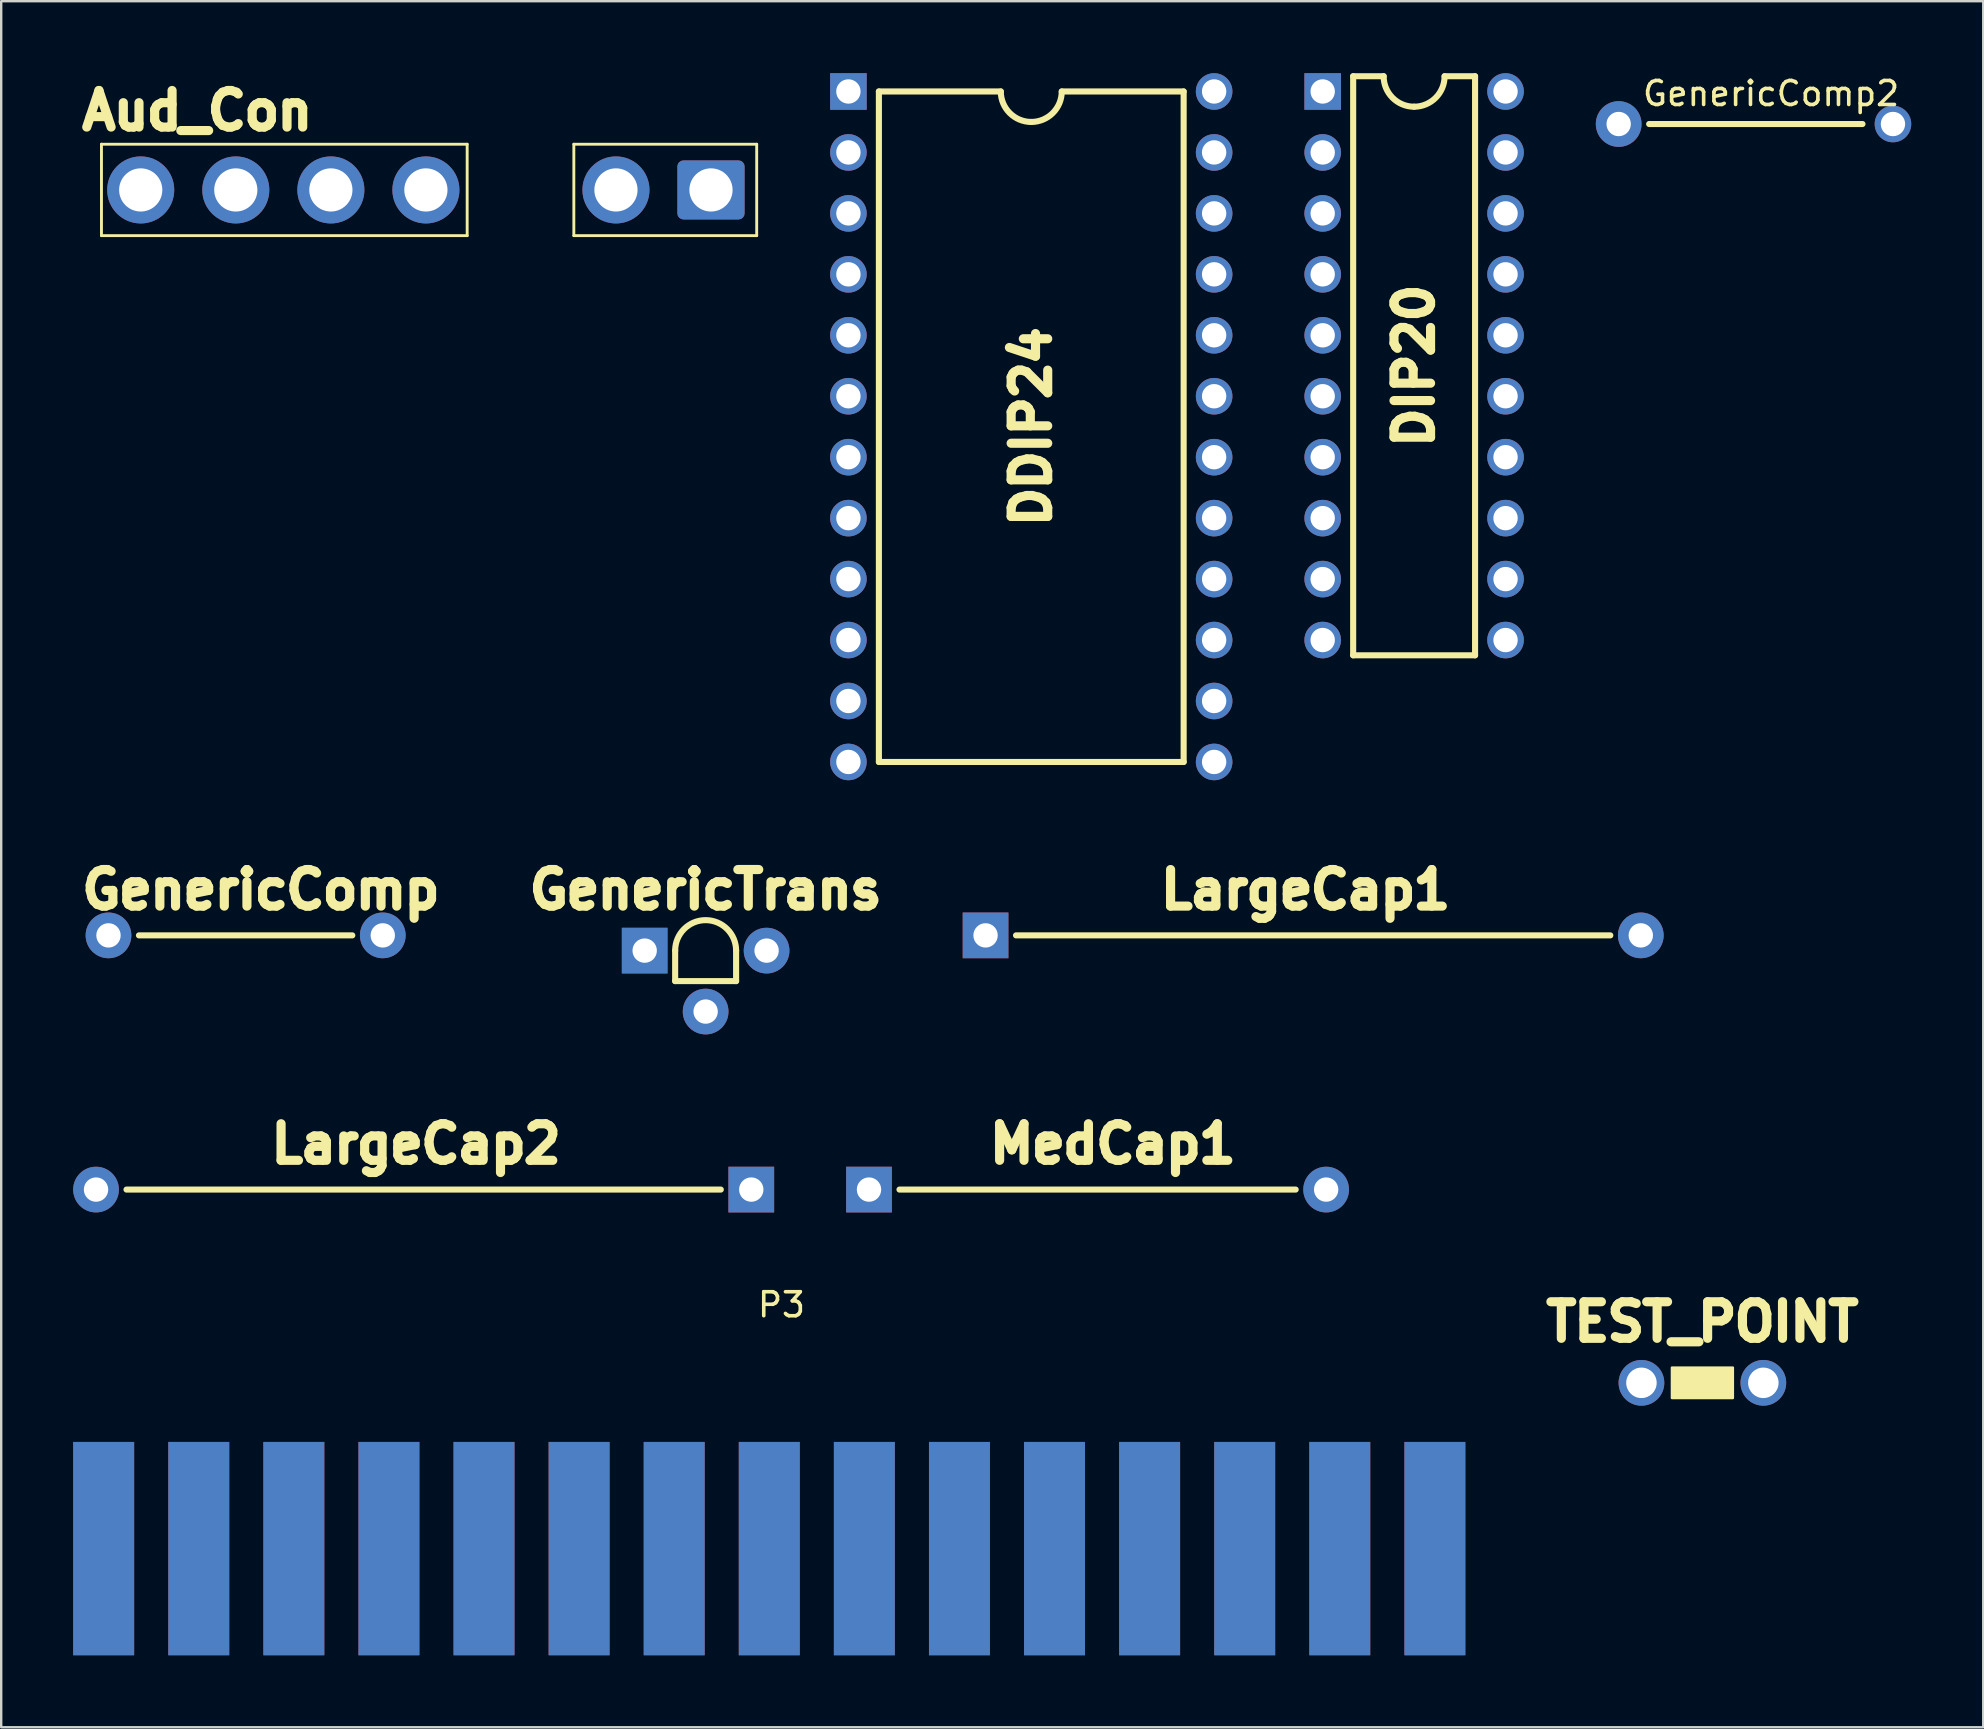
<source format=kicad_pcb>
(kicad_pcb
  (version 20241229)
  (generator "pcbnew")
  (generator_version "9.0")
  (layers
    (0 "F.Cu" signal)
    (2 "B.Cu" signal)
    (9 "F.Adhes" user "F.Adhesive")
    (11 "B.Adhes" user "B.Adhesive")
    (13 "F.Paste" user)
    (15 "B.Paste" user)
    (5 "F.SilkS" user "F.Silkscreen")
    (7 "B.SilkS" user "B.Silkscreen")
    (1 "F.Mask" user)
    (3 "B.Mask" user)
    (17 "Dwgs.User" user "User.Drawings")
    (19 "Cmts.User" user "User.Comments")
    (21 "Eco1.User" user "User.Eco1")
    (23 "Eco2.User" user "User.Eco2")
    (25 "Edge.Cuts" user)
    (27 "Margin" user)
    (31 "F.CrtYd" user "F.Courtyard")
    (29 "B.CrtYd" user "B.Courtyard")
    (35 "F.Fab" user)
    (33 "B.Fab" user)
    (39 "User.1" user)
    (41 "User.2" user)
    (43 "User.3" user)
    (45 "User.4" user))
  (footprint "GenericComp2"
    (layer "F.Cu")
    (at 70.118 2.118)
    (property "Reference" "GenericComp2" (at 0.635 -1.27 0) (unlocked yes) (layer "F.SilkS") (effects (font (size 1 1) (thickness 0.15))))
    (attr smd)
    (fp_line (start 4.445 0) (end -4.445 0) (stroke (width 0.254) (type solid)) (layer "F.SilkS"))
    (pad "1" thru_hole circle (at -5.715 0 270) (size 1.905 1.905) (drill 1.016) (layers "*.Cu" "*.Mask"))
    (pad "2" thru_hole circle (at 5.715 0 270) (size 1.524 1.524) (drill 1.016) (layers "*.Cu" "*.Mask")))
  (footprint "MedCap1"
    (layer "F.Cu")
    (at 42.688 46.522)
    (property "Reference" "MedCap1" (at 0.635 -1.905 0) (unlocked yes) (layer "F.SilkS") (effects (font (size 1.524 1.524) (thickness 0.381))))
    (attr through_hole)
    (fp_line (start 8.255 0) (end -8.255 0) (stroke (width 0.254) (type solid)) (layer "F.SilkS"))
    (pad "1" thru_hole rect (at -9.525 0) (size 1.905 1.905) (drill 1.016) (layers "*.Cu" "*.Mask"))
    (pad "2" thru_hole circle (at 9.525 0) (size 1.905 1.905) (drill 1.016) (layers "*.Cu" "*.Mask")))
  (footprint "Aud_Con"
    (layer "F.Cu")
    (at 14.698 4.735)
    (property "Reference" "Aud_Con" (at -9.525 -3.175 0) (unlocked yes) (layer "F.SilkS") (effects (font (size 1.524 1.524) (thickness 0.381))))
    (attr through_hole)
    (fp_line (start -13.52 -1.775) (end -13.52 2.035) (stroke (width 0.12) (type solid)) (layer "F.SilkS"))
    (fp_line (start -13.52 -1.775) (end 1.72 -1.775) (stroke (width 0.12) (type solid)) (layer "F.SilkS"))
    (fp_line (start 1.72 -1.775) (end 1.72 2.035) (stroke (width 0.12) (type solid)) (layer "F.SilkS"))
    (fp_line (start 1.72 2.035) (end -13.52 2.035) (stroke (width 0.12) (type solid)) (layer "F.SilkS"))
    (fp_line (start 6.165 -1.775) (end 6.165 2.035) (stroke (width 0.12) (type solid)) (layer "F.SilkS"))
    (fp_line (start 6.165 2.035) (end 13.785 2.035) (stroke (width 0.12) (type solid)) (layer "F.SilkS"))
    (fp_line (start 13.785 -1.775) (end 6.165 -1.775) (stroke (width 0.12) (type solid)) (layer "F.SilkS"))
    (fp_line (start 13.785 2.035) (end 13.785 -1.775) (stroke (width 0.12) (type solid)) (layer "F.SilkS"))
    (pad "1" thru_hole roundrect (at 11.88 0.13 90) (size 2.46 2.8) (drill 1.8) (layers "*.Cu" "*.Mask") (roundrect_rratio 0.102))
    (pad "2" thru_hole circle (at 7.92 0.13) (size 2.794 2.794) (drill 1.8) (layers "*.Cu" "*.Mask"))
    (pad "4" thru_hole circle (at 0 0.13) (size 2.794 2.794) (drill 1.8) (layers "*.Cu" "*.Mask"))
    (pad "5" thru_hole circle (at -3.96 0.13) (size 2.794 2.794) (drill 1.8) (layers "*.Cu" "*.Mask"))
    (pad "6" thru_hole circle (at -7.922 0.13) (size 2.794 2.794) (drill 1.8) (layers "*.Cu" "*.Mask"))
    (pad "7" thru_hole circle (at -11.884 0.13) (size 2.794 2.794) (drill 1.8) (layers "*.Cu" "*.Mask")))
  (footprint "LargeCap1"
    (layer "F.Cu")
    (at 51.355 35.929)
    (property "Reference" "LargeCap1" (at 0 -1.905 0) (unlocked yes) (layer "F.SilkS") (effects (font (size 1.524 1.524) (thickness 0.381))))
    (attr through_hole)
    (fp_line (start 12.7 0) (end -12.065 0) (stroke (width 0.254) (type solid)) (layer "F.SilkS"))
    (pad "1" thru_hole rect (at -13.335 0) (size 1.905 1.905) (drill 1.016) (layers "*.Cu" "*.Mask"))
    (pad "2" thru_hole circle (at 13.97 0) (size 1.905 1.905) (drill 1.016) (layers "*.Cu" "*.Mask")))
  (footprint "GenericTrans"
    (layer "F.Cu")
    (at 26.355 36.564)
    (property "Reference" "GenericTrans" (at 0 -2.54 0) (unlocked yes) (layer "F.SilkS") (effects (font (size 1.524 1.524) (thickness 0.381))))
    (attr through_hole)
    (fp_line (start -1.27 0) (end -1.27 1.27) (stroke (width 0.254) (type solid)) (layer "F.SilkS"))
    (fp_line (start 1.27 0) (end 1.27 1.27) (stroke (width 0.254) (type solid)) (layer "F.SilkS"))
    (fp_line (start 1.27 1.27) (end -1.27 1.27) (stroke (width 0.254) (type solid)) (layer "F.SilkS"))
    (fp_arc (start -1.27 0) (mid 0 -1.27) (end 1.27 0) (stroke (width 0.254) (type solid)) (layer "F.SilkS"))
    (pad "1" thru_hole rect (at -2.54 0) (size 1.905 1.905) (drill 1.016) (layers "*.Cu" "*.Mask"))
    (pad "2" thru_hole circle (at 0 2.54) (size 1.905 1.905) (drill 1.016) (layers "*.Cu" "*.Mask"))
    (pad "3" thru_hole circle (at 2.54 0) (size 1.905 1.905) (drill 1.016) (layers "*.Cu" "*.Mask")))
  (footprint "DIP20"
    (layer "F.Cu")
    (at 55.879 12.192)
    (property "Reference" "DIP20" (at 0 0 90) (unlocked yes) (layer "F.SilkS") (effects (font (size 1.524 1.524) (thickness 0.381))))
    (attr through_hole)
    (fp_line (start -2.54 -12.065) (end -2.54 12.065) (stroke (width 0.254) (type solid)) (layer "F.SilkS"))
    (fp_line (start -2.54 12.065) (end 2.54 12.065) (stroke (width 0.254) (type solid)) (layer "F.SilkS"))
    (fp_line (start -1.27 -12.065) (end -2.54 -12.065) (stroke (width 0.254) (type solid)) (layer "F.SilkS"))
    (fp_line (start 2.54 -12.065) (end 1.27 -12.065) (stroke (width 0.254) (type solid)) (layer "F.SilkS"))
    (fp_line (start 2.54 12.065) (end 2.54 -12.065) (stroke (width 0.254) (type solid)) (layer "F.SilkS"))
    (fp_arc (start 0 -10.795) (mid -0.898026 -11.166974) (end -1.27 -12.065) (stroke (width 0.254) (type solid)) (layer "F.SilkS"))
    (fp_arc (start 1.27 -12.065) (mid 0.898026 -11.166974) (end 0 -10.795) (stroke (width 0.254) (type solid)) (layer "F.SilkS"))
    (pad "1" thru_hole rect (at -3.81 -11.43) (size 1.524 1.524) (drill 1.016) (layers "*.Cu" "*.Mask"))
    (pad "2" thru_hole circle (at -3.81 -8.89) (size 1.524 1.524) (drill 1.016) (layers "*.Cu" "*.Mask"))
    (pad "3" thru_hole circle (at -3.81 -6.35) (size 1.524 1.524) (drill 1.016) (layers "*.Cu" "*.Mask"))
    (pad "4" thru_hole circle (at -3.81 -3.81) (size 1.524 1.524) (drill 1.016) (layers "*.Cu" "*.Mask"))
    (pad "5" thru_hole circle (at -3.81 -1.27) (size 1.524 1.524) (drill 1.016) (layers "*.Cu" "*.Mask"))
    (pad "6" thru_hole circle (at -3.81 1.27) (size 1.524 1.524) (drill 1.016) (layers "*.Cu" "*.Mask"))
    (pad "7" thru_hole circle (at -3.81 3.81) (size 1.524 1.524) (drill 1.016) (layers "*.Cu" "*.Mask"))
    (pad "8" thru_hole circle (at -3.81 6.35) (size 1.524 1.524) (drill 1.016) (layers "*.Cu" "*.Mask"))
    (pad "9" thru_hole circle (at -3.81 8.89) (size 1.524 1.524) (drill 1.016) (layers "*.Cu" "*.Mask"))
    (pad "10" thru_hole circle (at -3.81 11.43) (size 1.524 1.524) (drill 1.016) (layers "*.Cu" "*.Mask"))
    (pad "11" thru_hole circle (at 3.81 11.43) (size 1.524 1.524) (drill 1.016) (layers "*.Cu" "*.Mask"))
    (pad "12" thru_hole circle (at 3.81 8.89) (size 1.524 1.524) (drill 1.016) (layers "*.Cu" "*.Mask"))
    (pad "13" thru_hole circle (at 3.81 6.35) (size 1.524 1.524) (drill 1.016) (layers "*.Cu" "*.Mask"))
    (pad "14" thru_hole circle (at 3.81 3.81) (size 1.524 1.524) (drill 1.016) (layers "*.Cu" "*.Mask"))
    (pad "15" thru_hole circle (at 3.81 1.27) (size 1.524 1.524) (drill 1.016) (layers "*.Cu" "*.Mask"))
    (pad "16" thru_hole circle (at 3.81 -1.27) (size 1.524 1.524) (drill 1.016) (layers "*.Cu" "*.Mask"))
    (pad "17" thru_hole circle (at 3.81 -3.81) (size 1.524 1.524) (drill 1.016) (layers "*.Cu" "*.Mask"))
    (pad "18" thru_hole circle (at 3.81 -6.35) (size 1.524 1.524) (drill 1.016) (layers "*.Cu" "*.Mask"))
    (pad "19" thru_hole circle (at 3.81 -8.89) (size 1.524 1.524) (drill 1.016) (layers "*.Cu" "*.Mask"))
    (pad "20" thru_hole circle (at 3.81 -11.43) (size 1.524 1.524) (drill 1.016) (layers "*.Cu" "*.Mask")))
  (footprint "P3"
    (layer "F.Cu")
    (at 28.88 61.483)
    (property "Reference" "P3" (at 0.635 -10.16 0) (layer "F.SilkS") (effects (font (size 1 1) (thickness 0.15))))
    (attr through_hole)
    (pad "1" smd rect (at -27.61 0) (size 2.54 8.89) (layers "F.Cu" "F.Mask" "F.Paste"))
    (pad "2" smd rect (at -23.647 0) (size 2.54 8.89) (layers "F.Cu" "F.Mask" "F.Paste"))
    (pad "3" smd rect (at -19.685 0) (size 2.54 8.89) (layers "F.Cu" "F.Mask" "F.Paste"))
    (pad "4" smd rect (at -15.723 0) (size 2.54 8.89) (layers "F.Cu" "F.Mask" "F.Paste"))
    (pad "5" smd rect (at -11.76 0) (size 2.54 8.89) (layers "F.Cu" "F.Mask" "F.Paste"))
    (pad "6" smd rect (at -7.798 0) (size 2.54 8.89) (layers "F.Cu" "F.Mask" "F.Paste"))
    (pad "7" smd rect (at -3.835 0) (size 2.54 8.89) (layers "F.Cu" "F.Mask" "F.Paste"))
    (pad "8" smd rect (at 0.127 0) (size 2.54 8.89) (layers "F.Cu" "F.Mask" "F.Paste"))
    (pad "9" smd rect (at 4.089 0) (size 2.54 8.89) (layers "F.Cu" "F.Mask" "F.Paste"))
    (pad "10" smd rect (at 8.052 0) (size 2.54 8.89) (layers "F.Cu" "F.Mask" "F.Paste"))
    (pad "11" smd rect (at 12.014 0) (size 2.54 8.89) (layers "F.Cu" "F.Mask" "F.Paste"))
    (pad "12" smd rect (at 15.977 0) (size 2.54 8.89) (layers "F.Cu" "F.Mask" "F.Paste"))
    (pad "13" smd rect (at 19.939 0) (size 2.54 8.89) (layers "F.Cu" "F.Mask" "F.Paste"))
    (pad "14" smd rect (at 23.901 0) (size 2.54 8.89) (layers "F.Cu" "F.Mask" "F.Paste"))
    (pad "15" smd rect (at 27.864 0) (size 2.54 8.89) (layers "F.Cu" "F.Mask" "F.Paste"))
    (pad "A" smd rect (at -27.61 0) (size 2.54 8.89) (layers "*.Mask" "B.Cu" "F.Paste"))
    (pad "B" smd rect (at -23.647 0) (size 2.54 8.89) (layers "*.Mask" "B.Cu" "F.Paste"))
    (pad "C" smd rect (at -19.685 0) (size 2.54 8.89) (layers "*.Mask" "B.Cu" "F.Paste"))
    (pad "D" smd rect (at -15.723 0) (size 2.54 8.89) (layers "*.Mask" "B.Cu" "F.Paste"))
    (pad "E" smd rect (at -11.76 0) (size 2.54 8.89) (layers "*.Mask" "B.Cu" "F.Paste"))
    (pad "F" smd rect (at -7.798 0) (size 2.54 8.89) (layers "*.Mask" "B.Cu" "F.Paste"))
    (pad "H" smd rect (at -3.835 0) (size 2.54 8.89) (layers "*.Mask" "B.Cu" "F.Paste"))
    (pad "J" smd rect (at 0.127 0) (size 2.54 8.89) (layers "*.Mask" "B.Cu" "F.Paste"))
    (pad "K" smd rect (at 4.089 0) (size 2.54 8.89) (layers "*.Mask" "B.Cu" "F.Paste"))
    (pad "L" smd rect (at 8.052 0) (size 2.54 8.89) (layers "*.Mask" "B.Cu" "F.Paste"))
    (pad "M" smd rect (at 12.014 0) (size 2.54 8.89) (layers "*.Mask" "B.Cu" "F.Paste"))
    (pad "N" smd rect (at 15.977 0) (size 2.54 8.89) (layers "*.Mask" "B.Cu" "F.Paste"))
    (pad "P" smd rect (at 19.939 0) (size 2.54 8.89) (layers "*.Mask" "B.Cu" "F.Paste"))
    (pad "R" smd rect (at 23.901 0) (size 2.54 8.89) (layers "*.Mask" "B.Cu" "F.Paste"))
    (pad "S" smd rect (at 27.864 0) (size 2.54 8.89) (layers "*.Mask" "B.Cu" "F.Paste")))
  (footprint "GenericComp"
    (layer "F.Cu")
    (at 7.186 35.929)
    (property "Reference" "GenericComp" (at 0.635 -1.905 0) (unlocked yes) (layer "F.SilkS") (effects (font (size 1.524 1.524) (thickness 0.381))))
    (attr through_hole)
    (fp_line (start 4.445 0) (end -4.445 0) (stroke (width 0.254) (type solid)) (layer "F.SilkS"))
    (pad "1" thru_hole circle (at -5.715 0 270) (size 1.905 1.905) (drill 1.016) (layers "*.Cu" "*.Mask"))
    (pad "2" thru_hole circle (at 5.715 0 270) (size 1.905 1.905) (drill 1.016) (layers "*.Cu" "*.Mask")))
  (footprint "DDIP24"
    (layer "F.Cu")
    (at 39.925 14.732)
    (property "Reference" "DDIP24" (at 0 0 90) (unlocked yes) (layer "F.SilkS") (effects (font (size 1.524 1.524) (thickness 0.381))))
    (attr through_hole)
    (fp_line (start -6.35 -13.97) (end -6.35 13.97) (stroke (width 0.254) (type solid)) (layer "F.SilkS"))
    (fp_line (start -6.35 -13.97) (end -1.27 -13.97) (stroke (width 0.254) (type solid)) (layer "F.SilkS"))
    (fp_line (start -6.35 13.97) (end 6.35 13.97) (stroke (width 0.254) (type solid)) (layer "F.SilkS"))
    (fp_line (start 6.35 -13.97) (end 1.27 -13.97) (stroke (width 0.254) (type solid)) (layer "F.SilkS"))
    (fp_line (start 6.35 13.97) (end 6.35 -13.97) (stroke (width 0.254) (type solid)) (layer "F.SilkS"))
    (fp_arc (start 0 -12.7) (mid -0.898026 -13.071974) (end -1.27 -13.97) (stroke (width 0.254) (type solid)) (layer "F.SilkS"))
    (fp_arc (start 1.27 -13.97) (mid 0.898026 -13.071974) (end 0 -12.7) (stroke (width 0.254) (type solid)) (layer "F.SilkS"))
    (pad "1" thru_hole rect (at -7.62 -13.97) (size 1.524 1.524) (drill 1.016) (layers "*.Cu" "*.Mask"))
    (pad "2" thru_hole circle (at -7.62 -11.43) (size 1.524 1.524) (drill 1.016) (layers "*.Cu" "*.Mask"))
    (pad "3" thru_hole circle (at -7.62 -8.89) (size 1.524 1.524) (drill 1.016) (layers "*.Cu" "*.Mask"))
    (pad "4" thru_hole circle (at -7.62 -6.35) (size 1.524 1.524) (drill 1.016) (layers "*.Cu" "*.Mask"))
    (pad "5" thru_hole circle (at -7.62 -3.81) (size 1.524 1.524) (drill 1.016) (layers "*.Cu" "*.Mask"))
    (pad "6" thru_hole circle (at -7.62 -1.27) (size 1.524 1.524) (drill 1.016) (layers "*.Cu" "*.Mask"))
    (pad "7" thru_hole circle (at -7.62 1.27) (size 1.524 1.524) (drill 1.016) (layers "*.Cu" "*.Mask"))
    (pad "8" thru_hole circle (at -7.62 3.81) (size 1.524 1.524) (drill 1.016) (layers "*.Cu" "*.Mask"))
    (pad "9" thru_hole circle (at -7.62 6.35) (size 1.524 1.524) (drill 1.016) (layers "*.Cu" "*.Mask"))
    (pad "10" thru_hole circle (at -7.62 8.89) (size 1.524 1.524) (drill 1.016) (layers "*.Cu" "*.Mask"))
    (pad "11" thru_hole circle (at -7.62 11.43) (size 1.524 1.524) (drill 1.016) (layers "*.Cu" "*.Mask"))
    (pad "12" thru_hole circle (at -7.62 13.97) (size 1.524 1.524) (drill 1.016) (layers "*.Cu" "*.Mask"))
    (pad "13" thru_hole circle (at 7.62 13.97) (size 1.524 1.524) (drill 1.016) (layers "*.Cu" "*.Mask"))
    (pad "14" thru_hole circle (at 7.62 11.43) (size 1.524 1.524) (drill 1.016) (layers "*.Cu" "*.Mask"))
    (pad "15" thru_hole circle (at 7.62 8.89) (size 1.524 1.524) (drill 1.016) (layers "*.Cu" "*.Mask"))
    (pad "16" thru_hole circle (at 7.62 6.35) (size 1.524 1.524) (drill 1.016) (layers "*.Cu" "*.Mask"))
    (pad "17" thru_hole circle (at 7.62 3.81) (size 1.524 1.524) (drill 1.016) (layers "*.Cu" "*.Mask"))
    (pad "18" thru_hole circle (at 7.62 1.27) (size 1.524 1.524) (drill 1.016) (layers "*.Cu" "*.Mask"))
    (pad "19" thru_hole circle (at 7.62 -1.27) (size 1.524 1.524) (drill 1.016) (layers "*.Cu" "*.Mask"))
    (pad "20" thru_hole circle (at 7.62 -3.81) (size 1.524 1.524) (drill 1.016) (layers "*.Cu" "*.Mask"))
    (pad "21" thru_hole circle (at 7.62 -6.35) (size 1.524 1.524) (drill 1.016) (layers "*.Cu" "*.Mask"))
    (pad "22" thru_hole circle (at 7.62 -8.89) (size 1.524 1.524) (drill 1.016) (layers "*.Cu" "*.Mask"))
    (pad "23" thru_hole circle (at 7.62 -11.43) (size 1.524 1.524) (drill 1.016) (layers "*.Cu" "*.Mask"))
    (pad "24" thru_hole circle (at 7.62 -13.97) (size 1.524 1.524) (drill 1.016) (layers "*.Cu" "*.Mask")))
  (footprint "LargeCap2"
    (layer "F.Cu")
    (at 14.287 46.522)
    (property "Reference" "LargeCap2" (at 0 -1.905 0) (unlocked yes) (layer "F.SilkS") (effects (font (size 1.524 1.524) (thickness 0.381))))
    (attr through_hole)
    (fp_line (start 12.7 0) (end -12.065 0) (stroke (width 0.254) (type solid)) (layer "F.SilkS"))
    (pad "1" thru_hole circle (at -13.335 0) (size 1.905 1.905) (drill 1.016) (layers "*.Cu" "*.Mask"))
    (pad "2" thru_hole rect (at 13.97 0) (size 1.905 1.905) (drill 1.016) (layers "*.Cu" "*.Mask")))
  (footprint "TEST_POINT"
    (layer "F.Cu")
    (at 67.892 54.575)
    (property "Reference" "TEST_POINT" (at 0 -2.54 0) (unlocked yes) (layer "F.SilkS") (effects (font (size 1.524 1.524) (thickness 0.381))))
    (attr through_hole)
    (fp_poly (pts (xy -1.27 0.635) (xy -1.27 -0.635) (xy 1.27 -0.635) (xy 1.27 0.635)) (stroke (width 0.1) (type solid)) (fill yes) (layer "F.SilkS"))
    (pad "1" thru_hole circle (at -2.54 0 270) (size 1.905 1.905) (drill 1.27) (layers "*.Cu" "*.Mask"))
    (pad "2" thru_hole circle (at 2.54 0 270) (size 1.905 1.905) (drill 1.27) (layers "*.Cu" "*.Mask")))
  (gr_rect
    (start -3 -3)
    (end 79.595 68.928)
    (stroke (width 0.1) (type default))
    (fill no)
    (layer "Edge.Cuts")))
</source>
